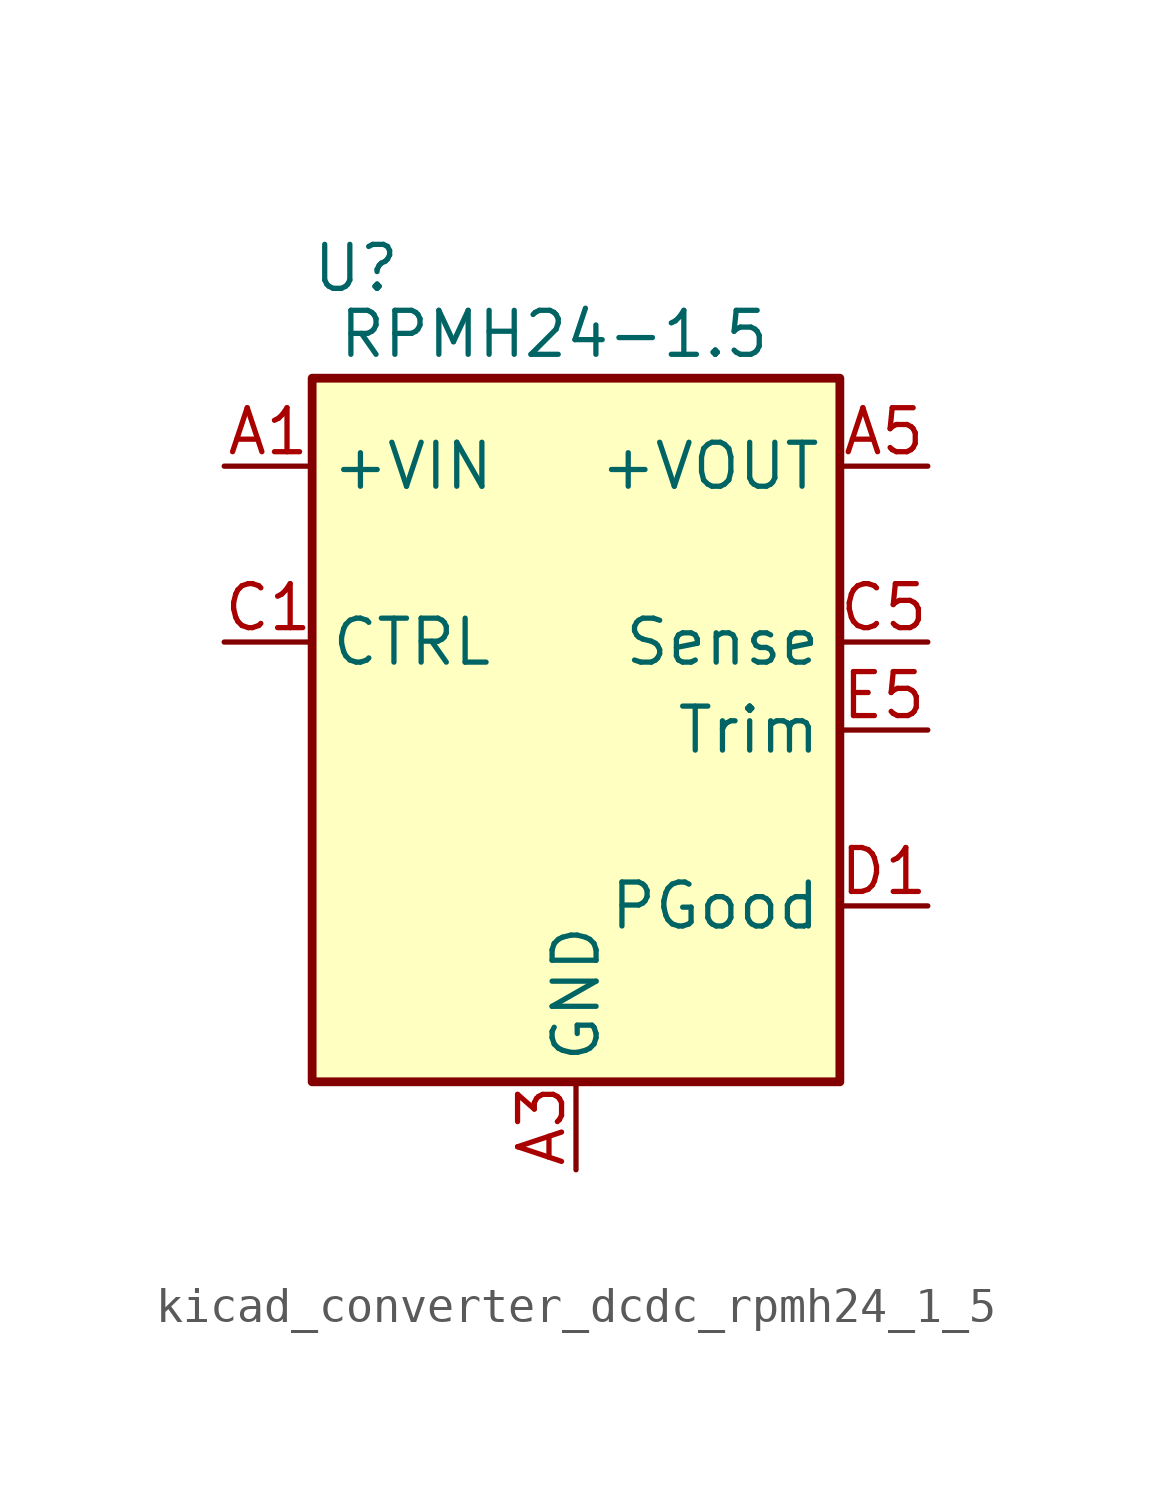
<source format=kicad_sym>
(kicad_symbol_lib
  (version 20220914)
  (generator kicad_symbol_editor)
  (symbol "kicad_converter_dcdc_rpmh24_1_5"
    (property "Reference" "U"
      (at -6.35 13.335 0)
      (effects (font (size 1.27 1.27))))
    (property "Value" "RPMH24-1.5"
      (at -0.635 11.43 0)
      (effects (font (size 1.27 1.27))))
    (symbol "kicad_converter_dcdc_rpmh24_1_5_0_1"
      (rectangle (start -7.62 10.16) (end 7.62 -10.16) (stroke (width 0.254) (type default)) (fill (type background))))
    (symbol "kicad_converter_dcdc_rpmh24_1_5_1_1"
      (pin power_in line (at -10.16 7.62 0) (length 2.54) (name "+VIN" (effects (font (size 1.27 1.27)))) (number "A1" (effects (font (size 1.27 1.27)))))
      (pin passive line (at -10.16 7.62 0) (length 2.54) hide (name "+VIN" (effects (font (size 1.27 1.27)))) (number "A2" (effects (font (size 1.27 1.27)))))
      (pin power_in line (at 0 -12.7 90) (length 2.54) (name "GND" (effects (font (size 1.27 1.27)))) (number "A3" (effects (font (size 1.27 1.27)))))
      (pin passive line (at 0 -12.7 90) (length 2.54) hide (name "GND" (effects (font (size 1.27 1.27)))) (number "A4" (effects (font (size 1.27 1.27)))))
      (pin power_out line (at 10.16 7.62 180) (length 2.54) (name "+VOUT" (effects (font (size 1.27 1.27)))) (number "A5" (effects (font (size 1.27 1.27)))))
      (pin passive line (at 0 -12.7 90) (length 2.54) hide (name "GND" (effects (font (size 1.27 1.27)))) (number "B1" (effects (font (size 1.27 1.27)))))
      (pin passive line (at 0 -12.7 90) (length 2.54) hide (name "GND" (effects (font (size 1.27 1.27)))) (number "B2" (effects (font (size 1.27 1.27)))))
      (pin passive line (at 0 -12.7 90) (length 2.54) hide (name "GND" (effects (font (size 1.27 1.27)))) (number "B3" (effects (font (size 1.27 1.27)))))
      (pin passive line (at 0 -12.7 90) (length 2.54) hide (name "GND" (effects (font (size 1.27 1.27)))) (number "B4" (effects (font (size 1.27 1.27)))))
      (pin passive line (at 10.16 7.62 180) (length 2.54) hide (name "+VOUT" (effects (font (size 1.27 1.27)))) (number "B5" (effects (font (size 1.27 1.27)))))
      (pin input line (at -10.16 2.54 0) (length 2.54) (name "CTRL" (effects (font (size 1.27 1.27)))) (number "C1" (effects (font (size 1.27 1.27)))))
      (pin passive line (at 0 -12.7 90) (length 2.54) hide (name "GND" (effects (font (size 1.27 1.27)))) (number "C2" (effects (font (size 1.27 1.27)))))
      (pin passive line (at 0 -12.7 90) (length 2.54) hide (name "GND" (effects (font (size 1.27 1.27)))) (number "C3" (effects (font (size 1.27 1.27)))))
      (pin passive line (at 0 -12.7 90) (length 2.54) hide (name "GND" (effects (font (size 1.27 1.27)))) (number "C4" (effects (font (size 1.27 1.27)))))
      (pin input line (at 10.16 2.54 180) (length 2.54) (name "Sense" (effects (font (size 1.27 1.27)))) (number "C5" (effects (font (size 1.27 1.27)))))
      (pin output line (at 10.16 -5.08 180) (length 2.54) (name "PGood" (effects (font (size 1.27 1.27)))) (number "D1" (effects (font (size 1.27 1.27)))))
      (pin passive line (at 0 -12.7 90) (length 2.54) hide (name "GND" (effects (font (size 1.27 1.27)))) (number "D2" (effects (font (size 1.27 1.27)))))
      (pin passive line (at 0 -12.7 90) (length 2.54) hide (name "GND" (effects (font (size 1.27 1.27)))) (number "D3" (effects (font (size 1.27 1.27)))))
      (pin passive line (at 0 -12.7 90) (length 2.54) hide (name "GND" (effects (font (size 1.27 1.27)))) (number "D4" (effects (font (size 1.27 1.27)))))
      (pin passive line (at 0 -12.7 90) (length 2.54) hide (name "GND" (effects (font (size 1.27 1.27)))) (number "D5" (effects (font (size 1.27 1.27)))))
      (pin no_connect line (at -7.62 -2.54 0) (length 2.54) hide (name "NC" (effects (font (size 1.27 1.27)))) (number "E1" (effects (font (size 1.27 1.27)))))
      (pin no_connect line (at -7.62 -5.08 0) (length 2.54) hide (name "NC" (effects (font (size 1.27 1.27)))) (number "E2" (effects (font (size 1.27 1.27)))))
      (pin passive line (at 0 -12.7 90) (length 2.54) hide (name "GND" (effects (font (size 1.27 1.27)))) (number "E3" (effects (font (size 1.27 1.27)))))
      (pin passive line (at 0 -12.7 90) (length 2.54) hide (name "GND" (effects (font (size 1.27 1.27)))) (number "E4" (effects (font (size 1.27 1.27)))))
      (pin input line (at 10.16 0 180) (length 2.54) (name "Trim" (effects (font (size 1.27 1.27)))) (number "E5" (effects (font (size 1.27 1.27))))))))
</source>
